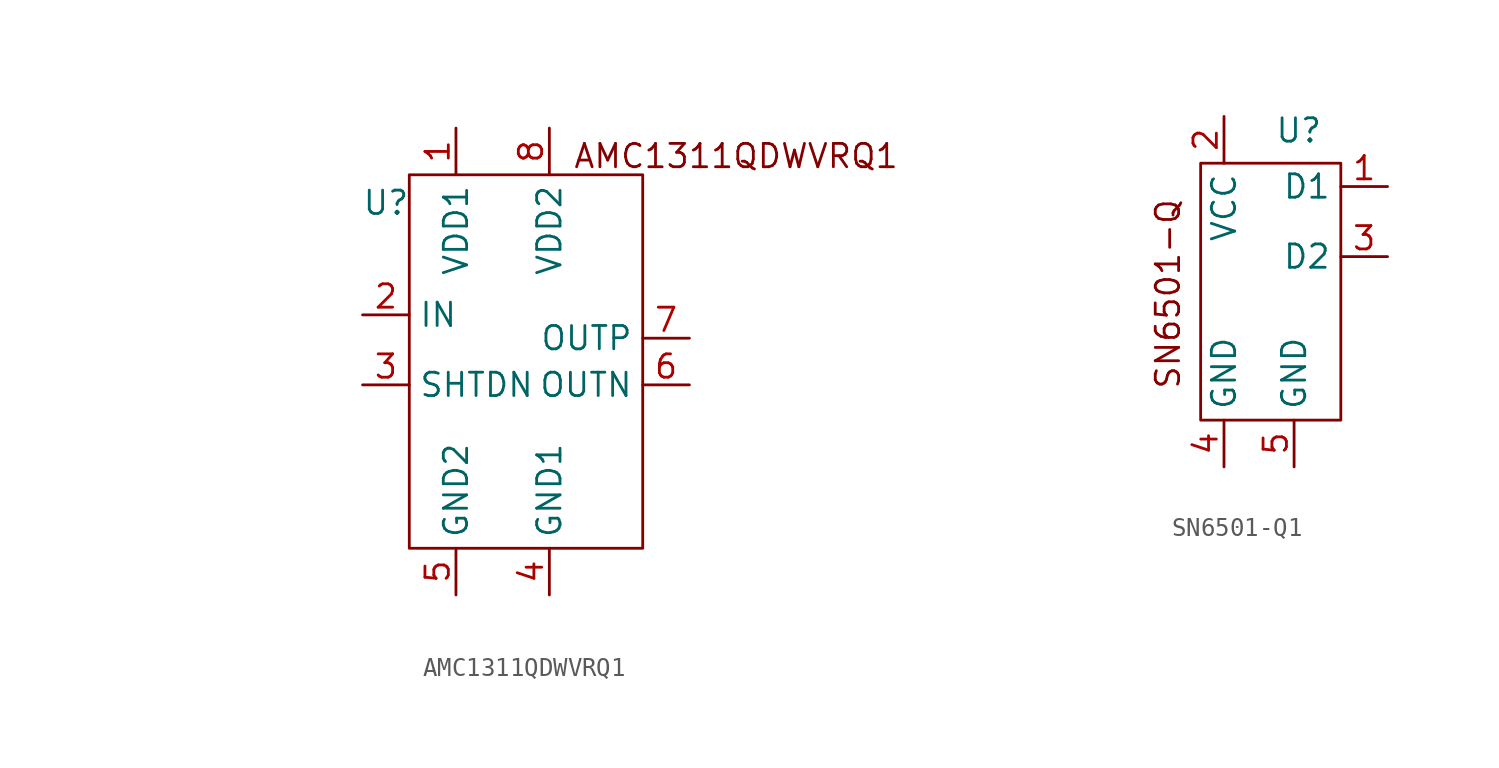
<source format=kicad_sym>
(kicad_symbol_lib
  (version 20231120)
  (generator "kicad_symbol_editor")
  (generator_version "8.0")
  (symbol "AMC1311QDWVRQ1"
    (property "Reference" "U"
      (at -7.62 7.366 0)
      (effects (font (size 1.27 1.27))))
    (property "Value" ""
      (at -20.32 7.62 0)
      (effects (font (size 1.27 1.27))))
    (symbol "AMC1311QDWVRQ1_0_0"
      (pin power_in line (at -3.81 11.43 270) (length 2.54) (name "VDD1" (effects (font (size 1.27 1.27)))) (number "1" (effects (font (size 1.27 1.27)))))
      (pin input line (at -8.89 1.27 0) (length 2.54) (name "IN" (effects (font (size 1.27 1.27)))) (number "2" (effects (font (size 1.27 1.27)))))
      (pin input line (at -8.89 -2.54 0) (length 2.54) (name "SHTDN" (effects (font (size 1.27 1.27)))) (number "3" (effects (font (size 1.27 1.27)))))
      (pin power_in line (at 1.27 -13.97 90) (length 2.54) (name "GND1" (effects (font (size 1.27 1.27)))) (number "4" (effects (font (size 1.27 1.27)))))
      (pin power_in line (at -3.81 -13.97 90) (length 2.54) (name "GND2" (effects (font (size 1.27 1.27)))) (number "5" (effects (font (size 1.27 1.27)))))
      (pin output line (at 8.89 -2.54 180) (length 2.54) (name "OUTN" (effects (font (size 1.27 1.27)))) (number "6" (effects (font (size 1.27 1.27)))))
      (pin output line (at 8.89 0 180) (length 2.54) (name "OUTP" (effects (font (size 1.27 1.27)))) (number "7" (effects (font (size 1.27 1.27)))))
      (pin input line (at 1.27 11.43 270) (length 2.54) (name "VDD2" (effects (font (size 1.27 1.27)))) (number "8" (effects (font (size 1.27 1.27))))))
    (symbol "AMC1311QDWVRQ1_0_1"
      (rectangle (start -6.35 8.89) (end 6.35 -11.43) (stroke (width 0) (type default)) (fill (type none))))
    (symbol "AMC1311QDWVRQ1_1_1"
      (text "AMC1311QDWVRQ1" (at 11.43 9.906 0) (effects (font (size 1.27 1.27))))))
  (symbol "SN6501-Q1"
    (property "Reference" "U"
      (at 4.064 1.778 0)
      (effects (font (size 1.27 1.27))))
    (property "Value" ""
      (at -7.62 -1.27 0)
      (effects (font (size 1.27 1.27))))
    (symbol "SN6501-Q1_0_0"
      (pin output line (at 8.89 -1.27 180) (length 2.54) (name "D1" (effects (font (size 1.27 1.27)))) (number "1" (effects (font (size 1.27 1.27)))))
      (pin power_in line (at 0 2.54 270) (length 2.54) (name "VCC" (effects (font (size 1.27 1.27)))) (number "2" (effects (font (size 1.27 1.27)))))
      (pin output line (at 8.89 -5.08 180) (length 2.54) (name "D2" (effects (font (size 1.27 1.27)))) (number "3" (effects (font (size 1.27 1.27)))))
      (pin power_in line (at 0 -16.51 90) (length 2.54) (name "GND" (effects (font (size 1.27 1.27)))) (number "4" (effects (font (size 1.27 1.27)))))
      (pin power_in line (at 3.81 -16.51 90) (length 2.54) (name "GND" (effects (font (size 1.27 1.27)))) (number "5" (effects (font (size 1.27 1.27))))))
    (symbol "SN6501-Q1_0_1"
      (rectangle (start -1.27 0) (end 6.35 -13.97) (stroke (width 0) (type default)) (fill (type none))))
    (symbol "SN6501-Q1_1_1"
      (text "SN6501-Q" (at -3.048 -7.112 900) (effects (font (size 1.27 1.27)))))))
</source>
